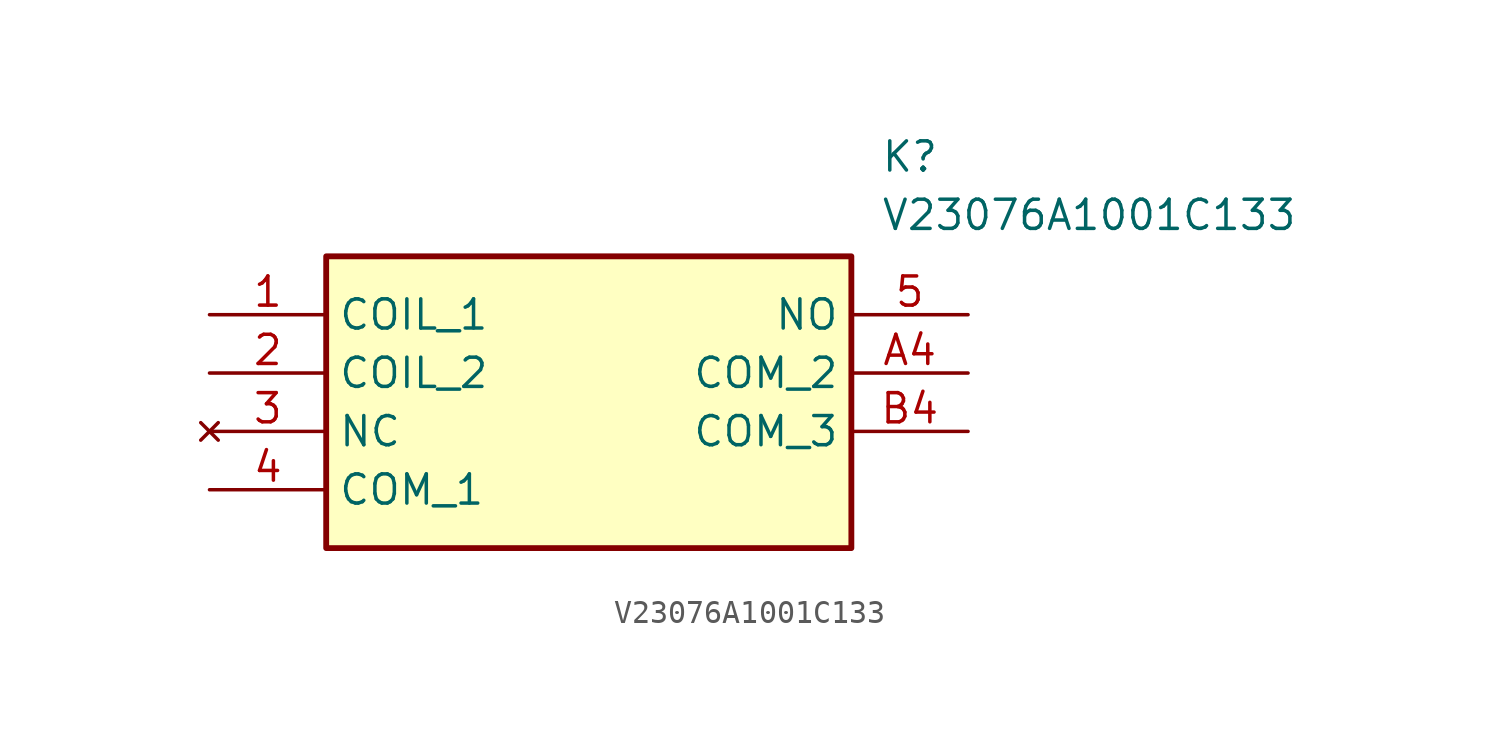
<source format=kicad_sym>
(kicad_symbol_lib
  (version 20211014)
  (generator SamacSys_ECAD_Model)
  (symbol "V23076A1001C133"
    (property "Reference" "K"
      (at 29.21 7.62 0)
      (effects (font (size 1.27 1.27)) (justify left top)))
    (property "Value" "V23076A1001C133"
      (at 29.21 5.08 0)
      (effects (font (size 1.27 1.27)) (justify left top)))
    (rectangle
      (start 5.08 2.54)
      (end 27.94 -10.16)
      (stroke (width 0.254) (type default))
      (fill (type background)))
    (pin passive line
      (at 0 0 0)
      (length 5.08)
      (name "COIL_1" (effects (font (size 1.27 1.27))))
      (number "1" (effects (font (size 1.27 1.27)))))
    (pin passive line
      (at 0 -2.54 0)
      (length 5.08)
      (name "COIL_2" (effects (font (size 1.27 1.27))))
      (number "2" (effects (font (size 1.27 1.27)))))
    (pin no_connect line
      (at 0 -5.08 0)
      (length 5.08)
      (name "NC" (effects (font (size 1.27 1.27))))
      (number "3" (effects (font (size 1.27 1.27)))))
    (pin passive line
      (at 0 -7.62 0)
      (length 5.08)
      (name "COM_1" (effects (font (size 1.27 1.27))))
      (number "4" (effects (font (size 1.27 1.27)))))
    (pin passive line
      (at 33.02 0 180)
      (length 5.08)
      (name "NO" (effects (font (size 1.27 1.27))))
      (number "5" (effects (font (size 1.27 1.27)))))
    (pin passive line
      (at 33.02 -2.54 180)
      (length 5.08)
      (name "COM_2" (effects (font (size 1.27 1.27))))
      (number "A4" (effects (font (size 1.27 1.27)))))
    (pin passive line
      (at 33.02 -5.08 180)
      (length 5.08)
      (name "COM_3" (effects (font (size 1.27 1.27))))
      (number "B4" (effects (font (size 1.27 1.27)))))))
</source>
